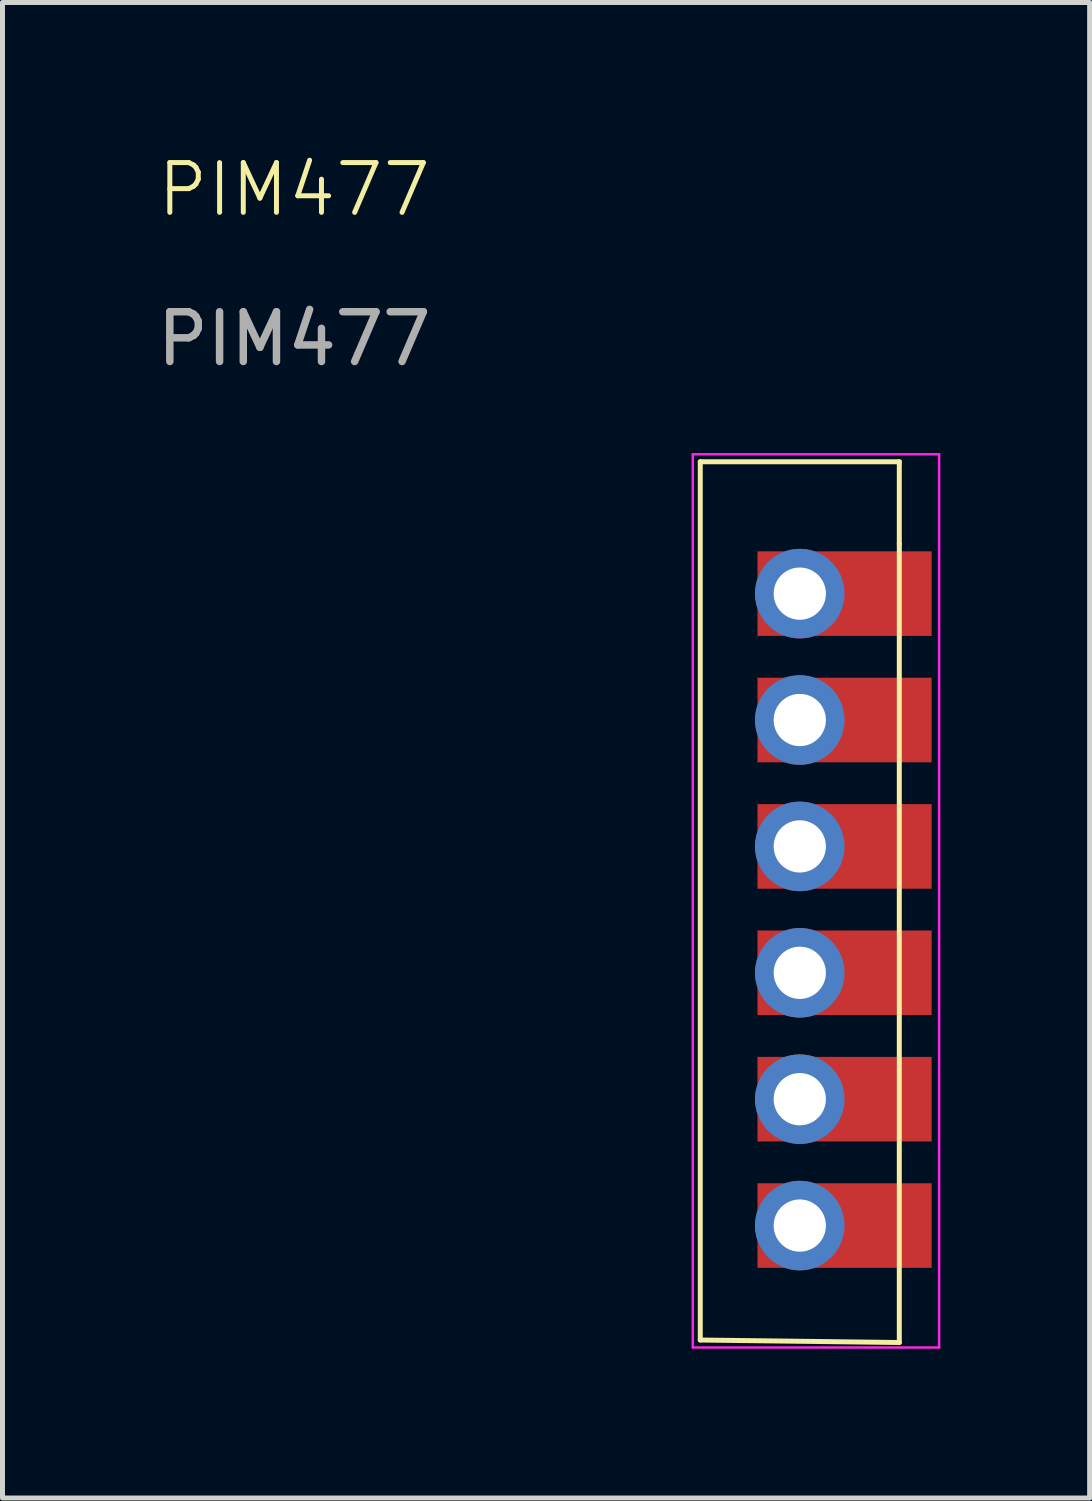
<source format=kicad_pcb>
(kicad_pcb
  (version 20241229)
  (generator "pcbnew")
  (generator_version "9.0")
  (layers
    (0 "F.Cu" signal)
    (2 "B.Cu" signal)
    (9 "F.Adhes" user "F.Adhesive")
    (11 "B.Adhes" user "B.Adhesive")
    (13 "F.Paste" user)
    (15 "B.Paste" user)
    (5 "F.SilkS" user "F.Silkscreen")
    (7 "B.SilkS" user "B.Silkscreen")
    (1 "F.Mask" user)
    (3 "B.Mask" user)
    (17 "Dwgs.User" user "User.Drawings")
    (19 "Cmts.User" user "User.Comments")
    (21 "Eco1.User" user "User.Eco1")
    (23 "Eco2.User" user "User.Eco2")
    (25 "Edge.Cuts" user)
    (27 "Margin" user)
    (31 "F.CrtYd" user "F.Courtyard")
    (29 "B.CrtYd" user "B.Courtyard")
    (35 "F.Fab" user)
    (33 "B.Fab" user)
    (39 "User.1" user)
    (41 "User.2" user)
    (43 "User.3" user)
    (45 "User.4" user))
  (footprint "PIM477"
    (layer "F.Cu")
    (at 13.023 8.88)
    (property "Reference" "PIM477" (at -10.16 -8.12 0) (unlocked yes) (layer "F.SilkS") (effects (font (size 1 1) (thickness 0.1))))
    (attr through_hole)
    (fp_line (start -2 -2.65) (end -2 15) (stroke (width 0.1) (type default)) (layer "F.SilkS"))
    (fp_line (start 2 -2.65) (end -2 -2.65) (stroke (width 0.1) (type default)) (layer "F.SilkS"))
    (fp_line (start 2 -1) (end 2 -2.65) (stroke (width 0.1) (type default)) (layer "F.SilkS"))
    (fp_line (start 2 15.05) (end -2 15) (stroke (width 0.1) (type default)) (layer "F.SilkS"))
    (fp_line (start 2 15.05) (end 2 -1) (stroke (width 0.1) (type default)) (layer "F.SilkS"))
    (fp_line (start -2.15 -2.8) (end 2.8 -2.8) (stroke (width 0.05) (type default)) (layer "F.CrtYd"))
    (fp_line (start -2.15 15.15) (end -2.15 -2.8) (stroke (width 0.05) (type default)) (layer "F.CrtYd"))
    (fp_line (start 2.8 -2.8) (end 2.8 15.15) (stroke (width 0.05) (type default)) (layer "F.CrtYd"))
    (fp_line (start 2.8 15.15) (end -2.15 15.15) (stroke (width 0.05) (type default)) (layer "F.CrtYd"))
    (fp_text user "${REFERENCE}" (at -10.16 -5.12 0) (unlocked yes) (layer "F.Fab") (effects (font (size 1 1) (thickness 0.15))))
    (pad "1" thru_hole circle (at 0 0) (size 1.8 1.8) (drill 1.05) (layers "*.Cu" "*.Mask"))
    (pad "1" smd rect (at 0 0) (size 3.5 1.7) (drill (offset 0.9 0)) (layers "F.Cu" "F.Mask"))
    (pad "2" thru_hole circle (at 0 2.54) (size 1.8 1.8) (drill 1.05) (layers "*.Cu" "*.Mask"))
    (pad "2" smd rect (at 0 2.54) (size 3.5 1.7) (drill (offset 0.9 0)) (layers "F.Cu" "F.Mask"))
    (pad "3" thru_hole circle (at 0 5.08) (size 1.8 1.8) (drill 1.05) (layers "*.Cu" "*.Mask"))
    (pad "3" smd rect (at 0 5.08) (size 3.5 1.7) (drill (offset 0.9 0)) (layers "F.Cu" "F.Mask"))
    (pad "4" thru_hole circle (at 0 7.62) (size 1.8 1.8) (drill 1.05) (layers "*.Cu" "*.Mask"))
    (pad "4" smd rect (at 0 7.62) (size 3.5 1.7) (drill (offset 0.9 0)) (layers "F.Cu" "F.Mask"))
    (pad "5" thru_hole circle (at 0 10.16) (size 1.8 1.8) (drill 1.05) (layers "*.Cu" "*.Mask"))
    (pad "5" smd rect (at 0 10.16) (size 3.5 1.7) (drill (offset 0.9 0)) (layers "F.Cu" "F.Mask"))
    (pad "6" thru_hole circle (at 0 12.7) (size 1.8 1.8) (drill 1.05) (layers "*.Cu" "*.Mask"))
    (pad "6" smd rect (at 0 12.7) (size 3.5 1.7) (drill (offset 0.9 0)) (layers "F.Cu" "F.Mask")))
  (gr_rect
    (start -3 -3)
    (end 18.848 27.055)
    (stroke (width 0.1) (type default))
    (fill no)
    (layer "Edge.Cuts")))
</source>
